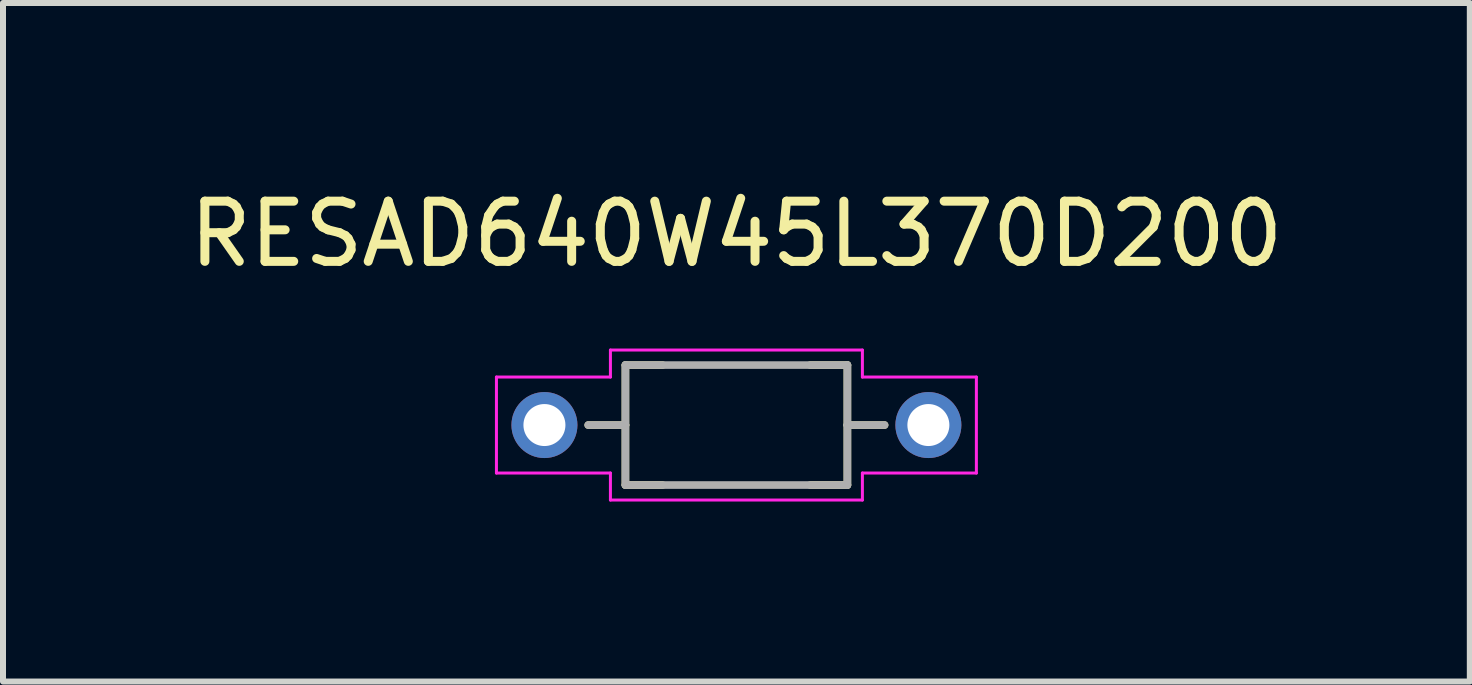
<source format=kicad_pcb>
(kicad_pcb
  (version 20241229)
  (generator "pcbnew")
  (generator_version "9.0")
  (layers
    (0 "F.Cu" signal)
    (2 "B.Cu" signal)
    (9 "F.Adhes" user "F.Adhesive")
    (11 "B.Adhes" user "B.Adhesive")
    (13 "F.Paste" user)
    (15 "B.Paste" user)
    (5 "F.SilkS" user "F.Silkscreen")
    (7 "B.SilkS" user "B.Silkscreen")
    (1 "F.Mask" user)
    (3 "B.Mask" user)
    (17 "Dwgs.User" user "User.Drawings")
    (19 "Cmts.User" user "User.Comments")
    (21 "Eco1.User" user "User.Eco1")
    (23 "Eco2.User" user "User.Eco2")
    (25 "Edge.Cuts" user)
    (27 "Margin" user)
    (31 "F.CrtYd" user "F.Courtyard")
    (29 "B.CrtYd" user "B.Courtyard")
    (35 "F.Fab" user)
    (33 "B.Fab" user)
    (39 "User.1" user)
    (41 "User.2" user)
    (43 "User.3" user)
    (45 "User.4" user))
  (footprint "RESAD640W45L370D200"
    (layer "F.Cu")
    (at 9.225 4.035)
    (property "Reference" "RESAD640W45L370D200" (at 0 -3.185 0) (layer "F.SilkS") (effects (font (size 1.003 1.003) (thickness 0.15))))
    (attr through_hole)
    (fp_line (start -2.47 0) (end -1.85 0) (stroke (width 0.127) (type solid)) (layer "F.SilkS"))
    (fp_line (start -1.85 -1) (end -1.23 -1) (stroke (width 0.127) (type solid)) (layer "F.SilkS"))
    (fp_line (start -1.85 0) (end -1.85 -1) (stroke (width 0.127) (type solid)) (layer "F.SilkS"))
    (fp_line (start -1.85 0) (end -1.85 1) (stroke (width 0.127) (type solid)) (layer "F.SilkS"))
    (fp_line (start -1.85 1) (end -1.23 1) (stroke (width 0.127) (type solid)) (layer "F.SilkS"))
    (fp_line (start 1.85 -1) (end 1.23 -1) (stroke (width 0.127) (type solid)) (layer "F.SilkS"))
    (fp_line (start 1.85 0) (end 1.85 -1) (stroke (width 0.127) (type solid)) (layer "F.SilkS"))
    (fp_line (start 1.85 0) (end 1.85 1) (stroke (width 0.127) (type solid)) (layer "F.SilkS"))
    (fp_line (start 1.85 1) (end 1.23 1) (stroke (width 0.127) (type solid)) (layer "F.SilkS"))
    (fp_line (start 2.47 0) (end 1.85 0) (stroke (width 0.127) (type solid)) (layer "F.SilkS"))
    (fp_line (start -4 -0.8) (end -2.1 -0.8) (stroke (width 0.05) (type solid)) (layer "F.CrtYd"))
    (fp_line (start -4 0.8) (end -4 -0.8) (stroke (width 0.05) (type solid)) (layer "F.CrtYd"))
    (fp_line (start -2.1 -1.25) (end 2.1 -1.25) (stroke (width 0.05) (type solid)) (layer "F.CrtYd"))
    (fp_line (start -2.1 -0.8) (end -2.1 -1.25) (stroke (width 0.05) (type solid)) (layer "F.CrtYd"))
    (fp_line (start -2.1 0.8) (end -4 0.8) (stroke (width 0.05) (type solid)) (layer "F.CrtYd"))
    (fp_line (start -2.1 1.25) (end -2.1 0.8) (stroke (width 0.05) (type solid)) (layer "F.CrtYd"))
    (fp_line (start 2.1 -1.25) (end 2.1 -0.8) (stroke (width 0.05) (type solid)) (layer "F.CrtYd"))
    (fp_line (start 2.1 -0.8) (end 4 -0.8) (stroke (width 0.05) (type solid)) (layer "F.CrtYd"))
    (fp_line (start 2.1 0.8) (end 2.1 1.25) (stroke (width 0.05) (type solid)) (layer "F.CrtYd"))
    (fp_line (start 2.1 1.25) (end -2.1 1.25) (stroke (width 0.05) (type solid)) (layer "F.CrtYd"))
    (fp_line (start 4 -0.8) (end 4 0.8) (stroke (width 0.05) (type solid)) (layer "F.CrtYd"))
    (fp_line (start 4 0.8) (end 2.1 0.8) (stroke (width 0.05) (type solid)) (layer "F.CrtYd"))
    (fp_line (start -2.47 0) (end -1.85 0) (stroke (width 0.127) (type solid)) (layer "F.Fab"))
    (fp_line (start -1.85 -1) (end 1.85 -1) (stroke (width 0.127) (type solid)) (layer "F.Fab"))
    (fp_line (start -1.85 0) (end -1.85 -1) (stroke (width 0.127) (type solid)) (layer "F.Fab"))
    (fp_line (start -1.85 0) (end -1.85 1) (stroke (width 0.127) (type solid)) (layer "F.Fab"))
    (fp_line (start -1.85 1) (end 1.85 1) (stroke (width 0.127) (type solid)) (layer "F.Fab"))
    (fp_line (start 1.85 0) (end 1.85 -1) (stroke (width 0.127) (type solid)) (layer "F.Fab"))
    (fp_line (start 1.85 0) (end 1.85 1) (stroke (width 0.127) (type solid)) (layer "F.Fab"))
    (fp_line (start 2.47 0) (end 1.85 0) (stroke (width 0.127) (type solid)) (layer "F.Fab"))
    (pad "1" thru_hole circle (at -3.2 0) (size 1.1 1.1) (drill 0.7) (layers "*.Cu" "*.Mask"))
    (pad "2" thru_hole circle (at 3.2 0) (size 1.1 1.1) (drill 0.7) (layers "*.Cu" "*.Mask")))
  (gr_rect
    (start -3 -3)
    (end 21.45 8.31)
    (stroke (width 0.1) (type default))
    (fill no)
    (layer "Edge.Cuts")))
</source>
